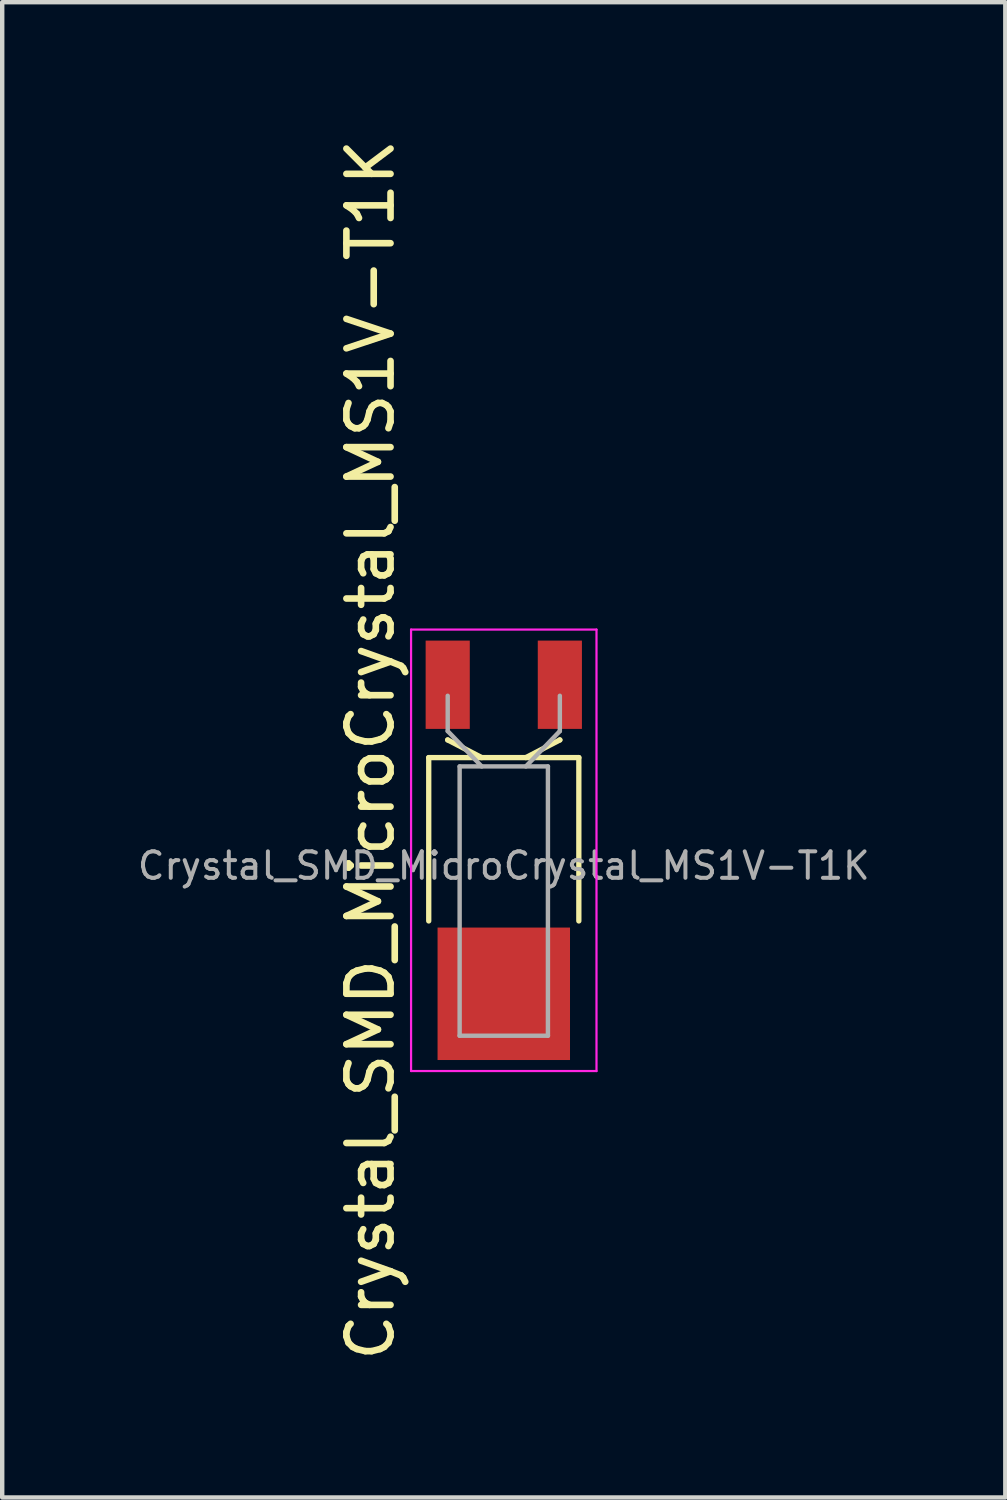
<source format=kicad_pcb>
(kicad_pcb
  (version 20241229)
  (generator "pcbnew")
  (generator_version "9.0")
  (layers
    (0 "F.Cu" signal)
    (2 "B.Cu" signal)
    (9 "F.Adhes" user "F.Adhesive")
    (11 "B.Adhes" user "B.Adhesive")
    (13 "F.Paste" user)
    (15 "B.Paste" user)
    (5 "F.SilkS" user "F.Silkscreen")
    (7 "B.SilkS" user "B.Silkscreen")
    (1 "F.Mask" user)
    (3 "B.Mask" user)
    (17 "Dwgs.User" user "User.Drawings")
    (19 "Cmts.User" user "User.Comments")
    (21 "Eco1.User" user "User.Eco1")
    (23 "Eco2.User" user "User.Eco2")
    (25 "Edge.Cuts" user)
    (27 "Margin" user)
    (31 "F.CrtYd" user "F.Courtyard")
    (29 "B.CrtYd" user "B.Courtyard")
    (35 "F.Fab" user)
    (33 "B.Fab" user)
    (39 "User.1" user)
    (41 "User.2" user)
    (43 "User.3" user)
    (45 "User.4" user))
  (footprint "Crystal_SMD_MicroCrystal_MS1V-T1K"
    (layer "F.Cu")
    (at 8.361 16.21)
    (property "Reference" "Crystal_SMD_MicroCrystal_MS1V-T1K" (at -3.02 -2.275 90) (layer "F.SilkS") (effects (font (size 1 1) (thickness 0.15))))
    (attr smd)
    (fp_line (start -1.7 -2.1) (end 1.7 -2.1) (stroke (width 0.12) (type solid)) (layer "F.SilkS"))
    (fp_line (start -1.7 1.6) (end -1.7 -2.1) (stroke (width 0.12) (type solid)) (layer "F.SilkS"))
    (fp_line (start -1.27 -2.5) (end -1.27 -2.5) (stroke (width 0.12) (type solid)) (layer "F.SilkS"))
    (fp_line (start -0.5 -2.1) (end -1.27 -2.5) (stroke (width 0.12) (type solid)) (layer "F.SilkS"))
    (fp_line (start 0.5 -2.1) (end 1.27 -2.5) (stroke (width 0.12) (type solid)) (layer "F.SilkS"))
    (fp_line (start 1.27 -2.5) (end 1.27 -2.5) (stroke (width 0.12) (type solid)) (layer "F.SilkS"))
    (fp_line (start 1.7 -2.1) (end 1.7 1.6) (stroke (width 0.12) (type solid)) (layer "F.SilkS"))
    (fp_line (start -2.1 -5) (end -2.1 5) (stroke (width 0.05) (type solid)) (layer "F.CrtYd"))
    (fp_line (start -2.1 5) (end 2.1 5) (stroke (width 0.05) (type solid)) (layer "F.CrtYd"))
    (fp_line (start 2.1 -5) (end -2.1 -5) (stroke (width 0.05) (type solid)) (layer "F.CrtYd"))
    (fp_line (start 2.1 5) (end 2.1 -5) (stroke (width 0.05) (type solid)) (layer "F.CrtYd"))
    (fp_line (start -1.27 -2.7) (end -1.27 -3.5) (stroke (width 0.1) (type solid)) (layer "F.Fab"))
    (fp_line (start -1 -1.9) (end -1 4.2) (stroke (width 0.1) (type solid)) (layer "F.Fab"))
    (fp_line (start -1 4.2) (end 1 4.2) (stroke (width 0.1) (type solid)) (layer "F.Fab"))
    (fp_line (start -0.5 -1.9) (end -1.27 -2.7) (stroke (width 0.1) (type solid)) (layer "F.Fab"))
    (fp_line (start 0.5 -1.9) (end 1.27 -2.7) (stroke (width 0.1) (type solid)) (layer "F.Fab"))
    (fp_line (start 1 -1.9) (end -1 -1.9) (stroke (width 0.1) (type solid)) (layer "F.Fab"))
    (fp_line (start 1 4.2) (end 1 -1.9) (stroke (width 0.1) (type solid)) (layer "F.Fab"))
    (fp_line (start 1.27 -2.7) (end 1.27 -3.5) (stroke (width 0.1) (type solid)) (layer "F.Fab"))
    (fp_text user "${REFERENCE}" (at 0 0.35 0) (layer "F.Fab") (effects (font (size 0.6 0.6) (thickness 0.09))))
    (pad "1" smd rect (at -1.27 -3.75) (size 1 2) (layers "F.Cu" "F.Mask" "F.Paste"))
    (pad "2" smd rect (at 1.27 -3.75) (size 1 2) (layers "F.Cu" "F.Mask" "F.Paste"))
    (pad "3" smd rect (at 0 3.25) (size 3 3) (layers "F.Cu" "F.Mask" "F.Paste")))
  (gr_rect
    (start -3 -3)
    (end 19.721 30.869)
    (stroke (width 0.1) (type default))
    (fill no)
    (layer "Edge.Cuts")))
</source>
